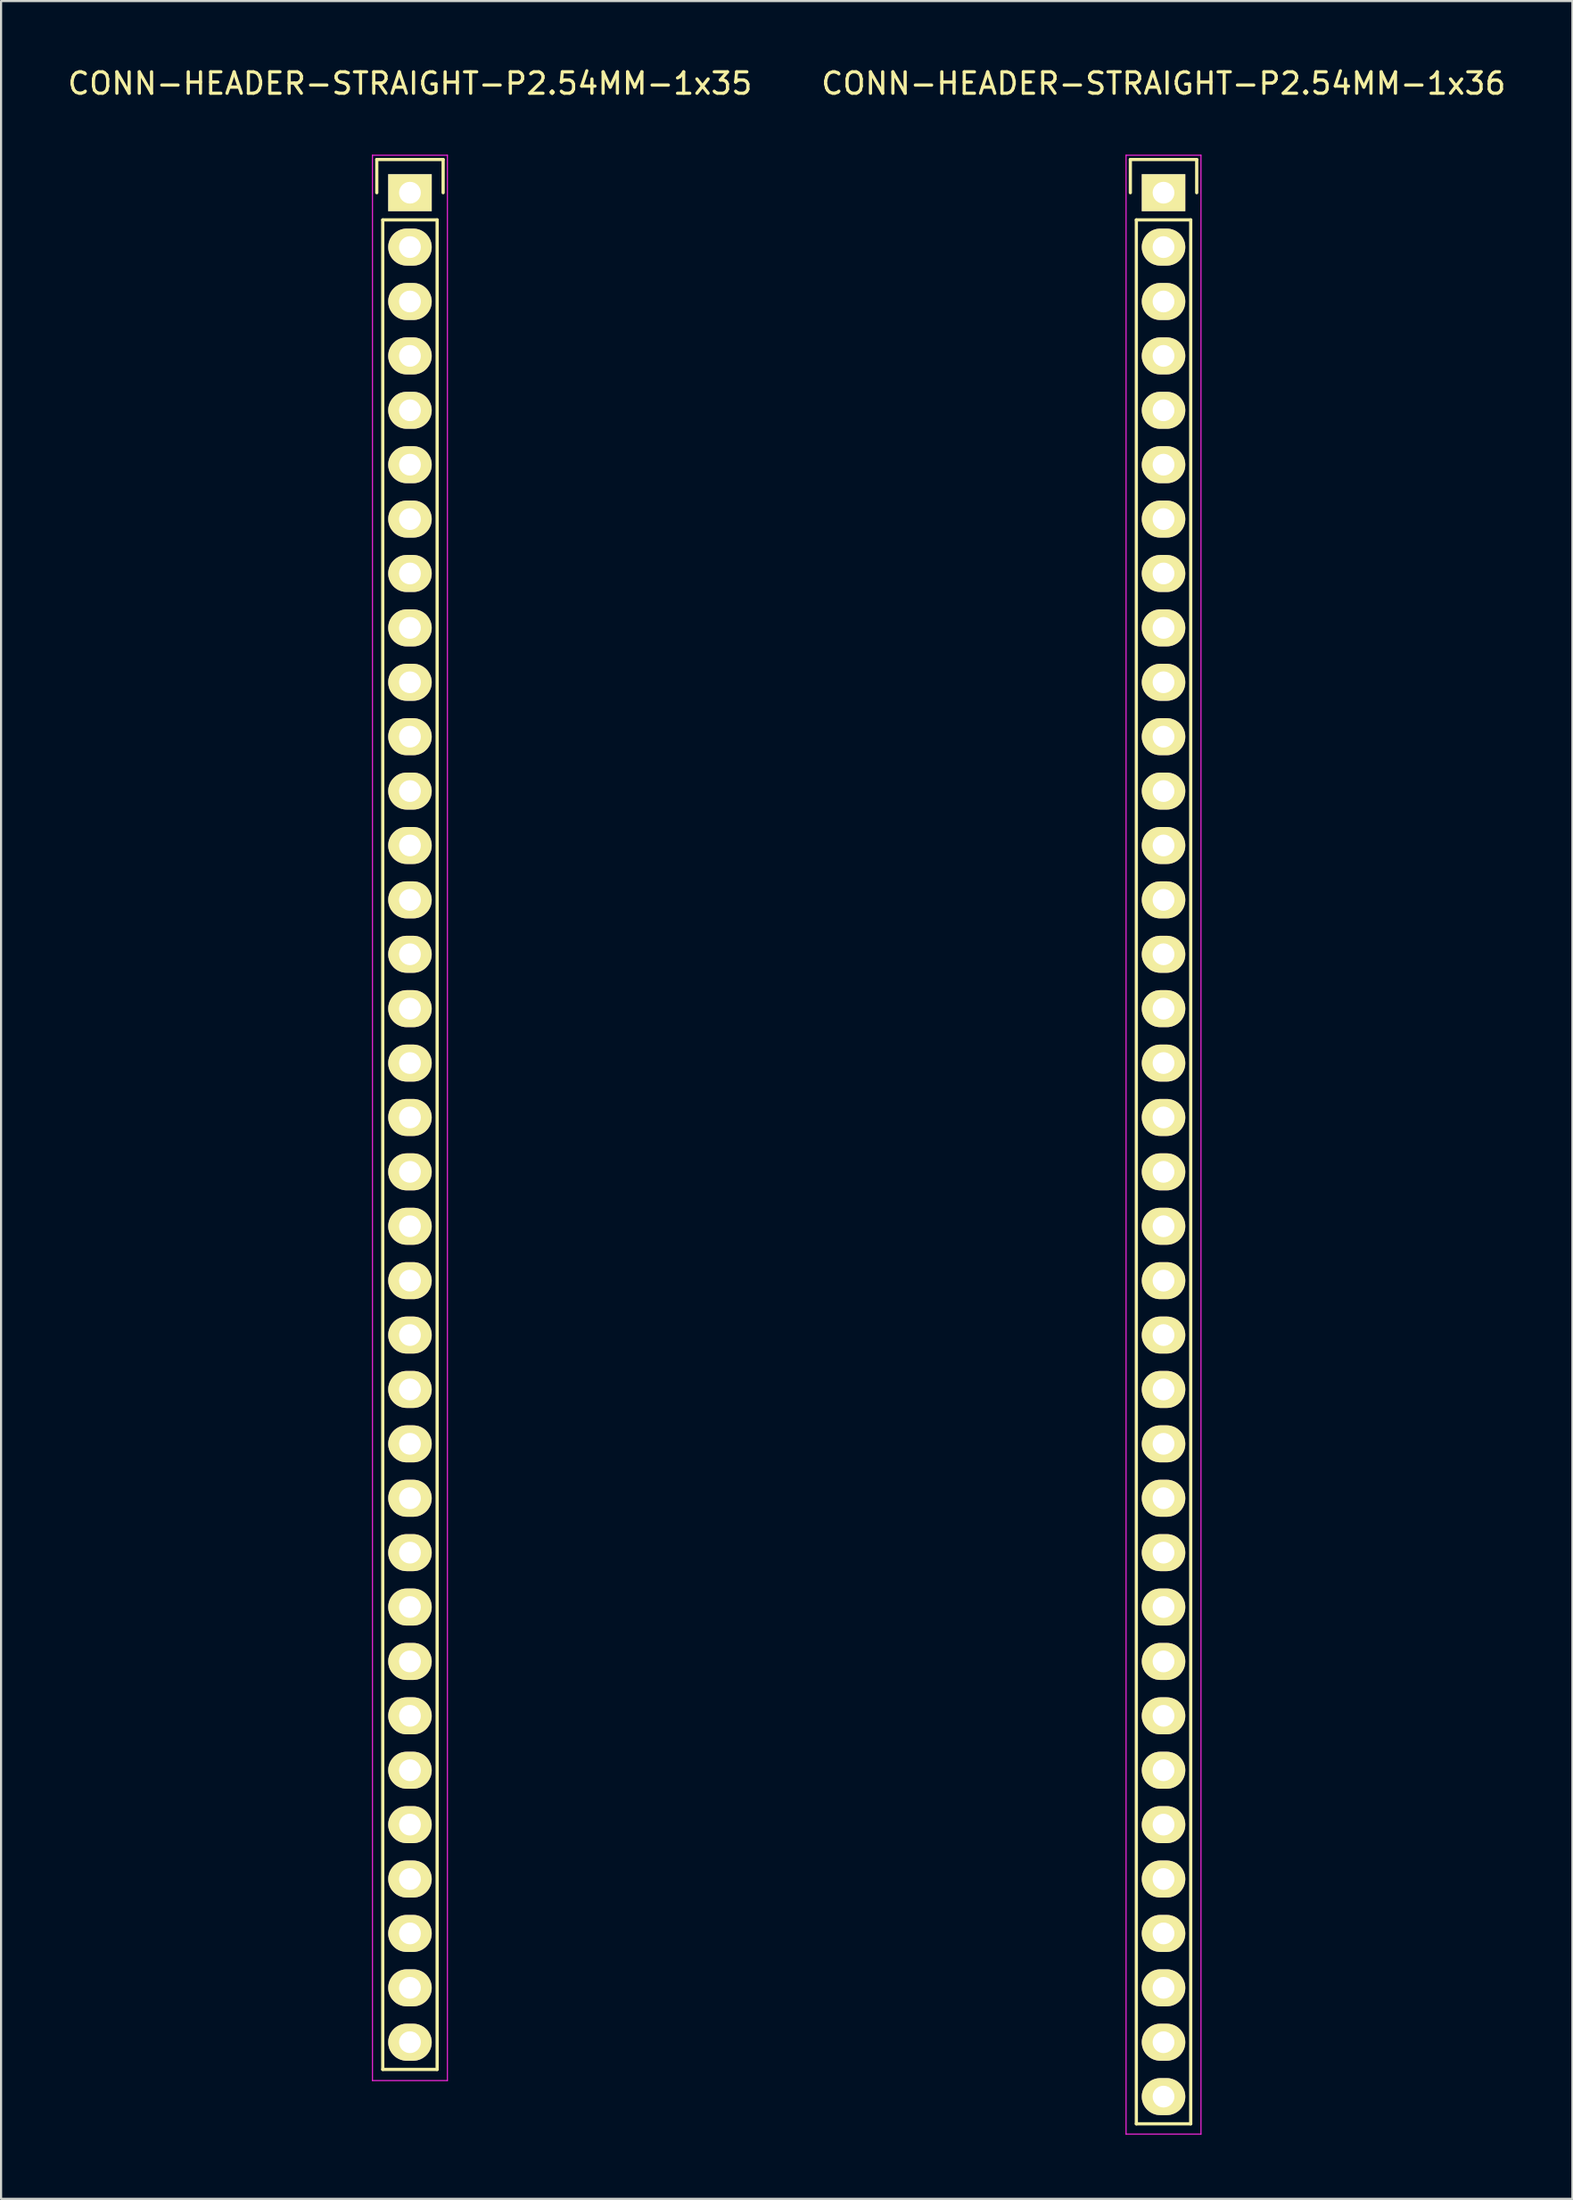
<source format=kicad_pcb>
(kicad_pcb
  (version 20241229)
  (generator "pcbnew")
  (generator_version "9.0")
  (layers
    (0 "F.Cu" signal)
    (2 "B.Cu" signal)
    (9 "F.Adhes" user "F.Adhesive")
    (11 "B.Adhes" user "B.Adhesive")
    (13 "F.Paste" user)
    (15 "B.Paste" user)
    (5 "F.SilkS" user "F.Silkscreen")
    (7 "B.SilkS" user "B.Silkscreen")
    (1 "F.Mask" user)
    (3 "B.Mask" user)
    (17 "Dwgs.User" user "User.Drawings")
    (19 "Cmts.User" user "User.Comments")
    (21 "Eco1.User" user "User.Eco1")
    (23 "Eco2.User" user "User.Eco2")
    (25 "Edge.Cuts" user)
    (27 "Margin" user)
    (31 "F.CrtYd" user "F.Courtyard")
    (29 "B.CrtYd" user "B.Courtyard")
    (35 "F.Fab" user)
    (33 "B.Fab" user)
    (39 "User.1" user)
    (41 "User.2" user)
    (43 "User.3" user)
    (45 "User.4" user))
  (footprint "CONN-HEADER-STRAIGHT-P2.54MM-1x35"
    (layer "F.Cu")
    (at 16.101 5.948)
    (property "Reference" "CONN-HEADER-STRAIGHT-P2.54MM-1x35" (at 0 -5.1 0) (layer "F.SilkS") (effects (font (size 1 1) (thickness 0.15))))
    (attr through_hole)
    (fp_line (start -1.55 -1.55) (end 1.55 -1.55) (stroke (width 0.15) (type solid)) (layer "F.SilkS"))
    (fp_line (start -1.55 0) (end -1.55 -1.55) (stroke (width 0.15) (type solid)) (layer "F.SilkS"))
    (fp_line (start -1.27 1.27) (end -1.27 87.63) (stroke (width 0.15) (type solid)) (layer "F.SilkS"))
    (fp_line (start -1.27 87.63) (end 1.27 87.63) (stroke (width 0.15) (type solid)) (layer "F.SilkS"))
    (fp_line (start 1.27 1.27) (end -1.27 1.27) (stroke (width 0.15) (type solid)) (layer "F.SilkS"))
    (fp_line (start 1.27 87.63) (end 1.27 1.27) (stroke (width 0.15) (type solid)) (layer "F.SilkS"))
    (fp_line (start 1.55 -1.55) (end 1.55 0) (stroke (width 0.15) (type solid)) (layer "F.SilkS"))
    (fp_line (start -1.75 -1.75) (end -1.75 88.15) (stroke (width 0.05) (type solid)) (layer "F.CrtYd"))
    (fp_line (start -1.75 -1.75) (end 1.75 -1.75) (stroke (width 0.05) (type solid)) (layer "F.CrtYd"))
    (fp_line (start -1.75 88.15) (end 1.75 88.15) (stroke (width 0.05) (type solid)) (layer "F.CrtYd"))
    (fp_line (start 1.75 -1.75) (end 1.75 88.15) (stroke (width 0.05) (type solid)) (layer "F.CrtYd"))
    (pad "1" thru_hole rect (at 0 0) (size 2.032 1.727) (drill 1.016) (layers "*.Cu" "*.Mask" "F.SilkS"))
    (pad "2" thru_hole oval (at 0 2.54) (size 2.032 1.727) (drill 1.016) (layers "*.Cu" "*.Mask" "F.SilkS"))
    (pad "3" thru_hole oval (at 0 5.08) (size 2.032 1.727) (drill 1.016) (layers "*.Cu" "*.Mask" "F.SilkS"))
    (pad "4" thru_hole oval (at 0 7.62) (size 2.032 1.727) (drill 1.016) (layers "*.Cu" "*.Mask" "F.SilkS"))
    (pad "5" thru_hole oval (at 0 10.16) (size 2.032 1.727) (drill 1.016) (layers "*.Cu" "*.Mask" "F.SilkS"))
    (pad "6" thru_hole oval (at 0 12.7) (size 2.032 1.727) (drill 1.016) (layers "*.Cu" "*.Mask" "F.SilkS"))
    (pad "7" thru_hole oval (at 0 15.24) (size 2.032 1.727) (drill 1.016) (layers "*.Cu" "*.Mask" "F.SilkS"))
    (pad "8" thru_hole oval (at 0 17.78) (size 2.032 1.727) (drill 1.016) (layers "*.Cu" "*.Mask" "F.SilkS"))
    (pad "9" thru_hole oval (at 0 20.32) (size 2.032 1.727) (drill 1.016) (layers "*.Cu" "*.Mask" "F.SilkS"))
    (pad "10" thru_hole oval (at 0 22.86) (size 2.032 1.727) (drill 1.016) (layers "*.Cu" "*.Mask" "F.SilkS"))
    (pad "11" thru_hole oval (at 0 25.4) (size 2.032 1.727) (drill 1.016) (layers "*.Cu" "*.Mask" "F.SilkS"))
    (pad "12" thru_hole oval (at 0 27.94) (size 2.032 1.727) (drill 1.016) (layers "*.Cu" "*.Mask" "F.SilkS"))
    (pad "13" thru_hole oval (at 0 30.48) (size 2.032 1.727) (drill 1.016) (layers "*.Cu" "*.Mask" "F.SilkS"))
    (pad "14" thru_hole oval (at 0 33.02) (size 2.032 1.727) (drill 1.016) (layers "*.Cu" "*.Mask" "F.SilkS"))
    (pad "15" thru_hole oval (at 0 35.56) (size 2.032 1.727) (drill 1.016) (layers "*.Cu" "*.Mask" "F.SilkS"))
    (pad "16" thru_hole oval (at 0 38.1) (size 2.032 1.727) (drill 1.016) (layers "*.Cu" "*.Mask" "F.SilkS"))
    (pad "17" thru_hole oval (at 0 40.64) (size 2.032 1.727) (drill 1.016) (layers "*.Cu" "*.Mask" "F.SilkS"))
    (pad "18" thru_hole oval (at 0 43.18) (size 2.032 1.727) (drill 1.016) (layers "*.Cu" "*.Mask" "F.SilkS"))
    (pad "19" thru_hole oval (at 0 45.72) (size 2.032 1.727) (drill 1.016) (layers "*.Cu" "*.Mask" "F.SilkS"))
    (pad "20" thru_hole oval (at 0 48.26) (size 2.032 1.727) (drill 1.016) (layers "*.Cu" "*.Mask" "F.SilkS"))
    (pad "21" thru_hole oval (at 0 50.8) (size 2.032 1.727) (drill 1.016) (layers "*.Cu" "*.Mask" "F.SilkS"))
    (pad "22" thru_hole oval (at 0 53.34) (size 2.032 1.727) (drill 1.016) (layers "*.Cu" "*.Mask" "F.SilkS"))
    (pad "23" thru_hole oval (at 0 55.88) (size 2.032 1.727) (drill 1.016) (layers "*.Cu" "*.Mask" "F.SilkS"))
    (pad "24" thru_hole oval (at 0 58.42) (size 2.032 1.727) (drill 1.016) (layers "*.Cu" "*.Mask" "F.SilkS"))
    (pad "25" thru_hole oval (at 0 60.96) (size 2.032 1.727) (drill 1.016) (layers "*.Cu" "*.Mask" "F.SilkS"))
    (pad "26" thru_hole oval (at 0 63.5) (size 2.032 1.727) (drill 1.016) (layers "*.Cu" "*.Mask" "F.SilkS"))
    (pad "27" thru_hole oval (at 0 66.04) (size 2.032 1.727) (drill 1.016) (layers "*.Cu" "*.Mask" "F.SilkS"))
    (pad "28" thru_hole oval (at 0 68.58) (size 2.032 1.727) (drill 1.016) (layers "*.Cu" "*.Mask" "F.SilkS"))
    (pad "29" thru_hole oval (at 0 71.12) (size 2.032 1.727) (drill 1.016) (layers "*.Cu" "*.Mask" "F.SilkS"))
    (pad "30" thru_hole oval (at 0 73.66) (size 2.032 1.727) (drill 1.016) (layers "*.Cu" "*.Mask" "F.SilkS"))
    (pad "31" thru_hole oval (at 0 76.2) (size 2.032 1.727) (drill 1.016) (layers "*.Cu" "*.Mask" "F.SilkS"))
    (pad "32" thru_hole oval (at 0 78.74) (size 2.032 1.727) (drill 1.016) (layers "*.Cu" "*.Mask" "F.SilkS"))
    (pad "33" thru_hole oval (at 0 81.28) (size 2.032 1.727) (drill 1.016) (layers "*.Cu" "*.Mask" "F.SilkS"))
    (pad "34" thru_hole oval (at 0 83.82) (size 2.032 1.727) (drill 1.016) (layers "*.Cu" "*.Mask" "F.SilkS"))
    (pad "35" thru_hole oval (at 0 86.36) (size 2.032 1.727) (drill 1.016) (layers "*.Cu" "*.Mask" "F.SilkS")))
  (footprint "CONN-HEADER-STRAIGHT-P2.54MM-1x36"
    (layer "F.Cu")
    (at 51.304 5.948)
    (property "Reference" "CONN-HEADER-STRAIGHT-P2.54MM-1x36" (at 0 -5.1 0) (layer "F.SilkS") (effects (font (size 1 1) (thickness 0.15))))
    (attr through_hole)
    (fp_line (start -1.55 -1.55) (end 1.55 -1.55) (stroke (width 0.15) (type solid)) (layer "F.SilkS"))
    (fp_line (start -1.55 0) (end -1.55 -1.55) (stroke (width 0.15) (type solid)) (layer "F.SilkS"))
    (fp_line (start -1.27 1.27) (end -1.27 90.17) (stroke (width 0.15) (type solid)) (layer "F.SilkS"))
    (fp_line (start -1.27 90.17) (end 1.27 90.17) (stroke (width 0.15) (type solid)) (layer "F.SilkS"))
    (fp_line (start 1.27 1.27) (end -1.27 1.27) (stroke (width 0.15) (type solid)) (layer "F.SilkS"))
    (fp_line (start 1.27 90.17) (end 1.27 1.27) (stroke (width 0.15) (type solid)) (layer "F.SilkS"))
    (fp_line (start 1.55 -1.55) (end 1.55 0) (stroke (width 0.15) (type solid)) (layer "F.SilkS"))
    (fp_line (start -1.75 -1.75) (end -1.75 90.65) (stroke (width 0.05) (type solid)) (layer "F.CrtYd"))
    (fp_line (start -1.75 -1.75) (end 1.75 -1.75) (stroke (width 0.05) (type solid)) (layer "F.CrtYd"))
    (fp_line (start -1.75 90.65) (end 1.75 90.65) (stroke (width 0.05) (type solid)) (layer "F.CrtYd"))
    (fp_line (start 1.75 -1.75) (end 1.75 90.65) (stroke (width 0.05) (type solid)) (layer "F.CrtYd"))
    (pad "1" thru_hole rect (at 0 0) (size 2.032 1.727) (drill 1.016) (layers "*.Cu" "*.Mask" "F.SilkS"))
    (pad "2" thru_hole oval (at 0 2.54) (size 2.032 1.727) (drill 1.016) (layers "*.Cu" "*.Mask" "F.SilkS"))
    (pad "3" thru_hole oval (at 0 5.08) (size 2.032 1.727) (drill 1.016) (layers "*.Cu" "*.Mask" "F.SilkS"))
    (pad "4" thru_hole oval (at 0 7.62) (size 2.032 1.727) (drill 1.016) (layers "*.Cu" "*.Mask" "F.SilkS"))
    (pad "5" thru_hole oval (at 0 10.16) (size 2.032 1.727) (drill 1.016) (layers "*.Cu" "*.Mask" "F.SilkS"))
    (pad "6" thru_hole oval (at 0 12.7) (size 2.032 1.727) (drill 1.016) (layers "*.Cu" "*.Mask" "F.SilkS"))
    (pad "7" thru_hole oval (at 0 15.24) (size 2.032 1.727) (drill 1.016) (layers "*.Cu" "*.Mask" "F.SilkS"))
    (pad "8" thru_hole oval (at 0 17.78) (size 2.032 1.727) (drill 1.016) (layers "*.Cu" "*.Mask" "F.SilkS"))
    (pad "9" thru_hole oval (at 0 20.32) (size 2.032 1.727) (drill 1.016) (layers "*.Cu" "*.Mask" "F.SilkS"))
    (pad "10" thru_hole oval (at 0 22.86) (size 2.032 1.727) (drill 1.016) (layers "*.Cu" "*.Mask" "F.SilkS"))
    (pad "11" thru_hole oval (at 0 25.4) (size 2.032 1.727) (drill 1.016) (layers "*.Cu" "*.Mask" "F.SilkS"))
    (pad "12" thru_hole oval (at 0 27.94) (size 2.032 1.727) (drill 1.016) (layers "*.Cu" "*.Mask" "F.SilkS"))
    (pad "13" thru_hole oval (at 0 30.48) (size 2.032 1.727) (drill 1.016) (layers "*.Cu" "*.Mask" "F.SilkS"))
    (pad "14" thru_hole oval (at 0 33.02) (size 2.032 1.727) (drill 1.016) (layers "*.Cu" "*.Mask" "F.SilkS"))
    (pad "15" thru_hole oval (at 0 35.56) (size 2.032 1.727) (drill 1.016) (layers "*.Cu" "*.Mask" "F.SilkS"))
    (pad "16" thru_hole oval (at 0 38.1) (size 2.032 1.727) (drill 1.016) (layers "*.Cu" "*.Mask" "F.SilkS"))
    (pad "17" thru_hole oval (at 0 40.64) (size 2.032 1.727) (drill 1.016) (layers "*.Cu" "*.Mask" "F.SilkS"))
    (pad "18" thru_hole oval (at 0 43.18) (size 2.032 1.727) (drill 1.016) (layers "*.Cu" "*.Mask" "F.SilkS"))
    (pad "19" thru_hole oval (at 0 45.72) (size 2.032 1.727) (drill 1.016) (layers "*.Cu" "*.Mask" "F.SilkS"))
    (pad "20" thru_hole oval (at 0 48.26) (size 2.032 1.727) (drill 1.016) (layers "*.Cu" "*.Mask" "F.SilkS"))
    (pad "21" thru_hole oval (at 0 50.8) (size 2.032 1.727) (drill 1.016) (layers "*.Cu" "*.Mask" "F.SilkS"))
    (pad "22" thru_hole oval (at 0 53.34) (size 2.032 1.727) (drill 1.016) (layers "*.Cu" "*.Mask" "F.SilkS"))
    (pad "23" thru_hole oval (at 0 55.88) (size 2.032 1.727) (drill 1.016) (layers "*.Cu" "*.Mask" "F.SilkS"))
    (pad "24" thru_hole oval (at 0 58.42) (size 2.032 1.727) (drill 1.016) (layers "*.Cu" "*.Mask" "F.SilkS"))
    (pad "25" thru_hole oval (at 0 60.96) (size 2.032 1.727) (drill 1.016) (layers "*.Cu" "*.Mask" "F.SilkS"))
    (pad "26" thru_hole oval (at 0 63.5) (size 2.032 1.727) (drill 1.016) (layers "*.Cu" "*.Mask" "F.SilkS"))
    (pad "27" thru_hole oval (at 0 66.04) (size 2.032 1.727) (drill 1.016) (layers "*.Cu" "*.Mask" "F.SilkS"))
    (pad "28" thru_hole oval (at 0 68.58) (size 2.032 1.727) (drill 1.016) (layers "*.Cu" "*.Mask" "F.SilkS"))
    (pad "29" thru_hole oval (at 0 71.12) (size 2.032 1.727) (drill 1.016) (layers "*.Cu" "*.Mask" "F.SilkS"))
    (pad "30" thru_hole oval (at 0 73.66) (size 2.032 1.727) (drill 1.016) (layers "*.Cu" "*.Mask" "F.SilkS"))
    (pad "31" thru_hole oval (at 0 76.2) (size 2.032 1.727) (drill 1.016) (layers "*.Cu" "*.Mask" "F.SilkS"))
    (pad "32" thru_hole oval (at 0 78.74) (size 2.032 1.727) (drill 1.016) (layers "*.Cu" "*.Mask" "F.SilkS"))
    (pad "33" thru_hole oval (at 0 81.28) (size 2.032 1.727) (drill 1.016) (layers "*.Cu" "*.Mask" "F.SilkS"))
    (pad "34" thru_hole oval (at 0 83.82) (size 2.032 1.727) (drill 1.016) (layers "*.Cu" "*.Mask" "F.SilkS"))
    (pad "35" thru_hole oval (at 0 86.36) (size 2.032 1.727) (drill 1.016) (layers "*.Cu" "*.Mask" "F.SilkS"))
    (pad "36" thru_hole oval (at 0 88.9) (size 2.032 1.727) (drill 1.016) (layers "*.Cu" "*.Mask" "F.SilkS")))
  (gr_rect
    (start -3 -3)
    (end 70.405 99.623)
    (stroke (width 0.1) (type default))
    (fill no)
    (layer "Edge.Cuts")))
</source>
